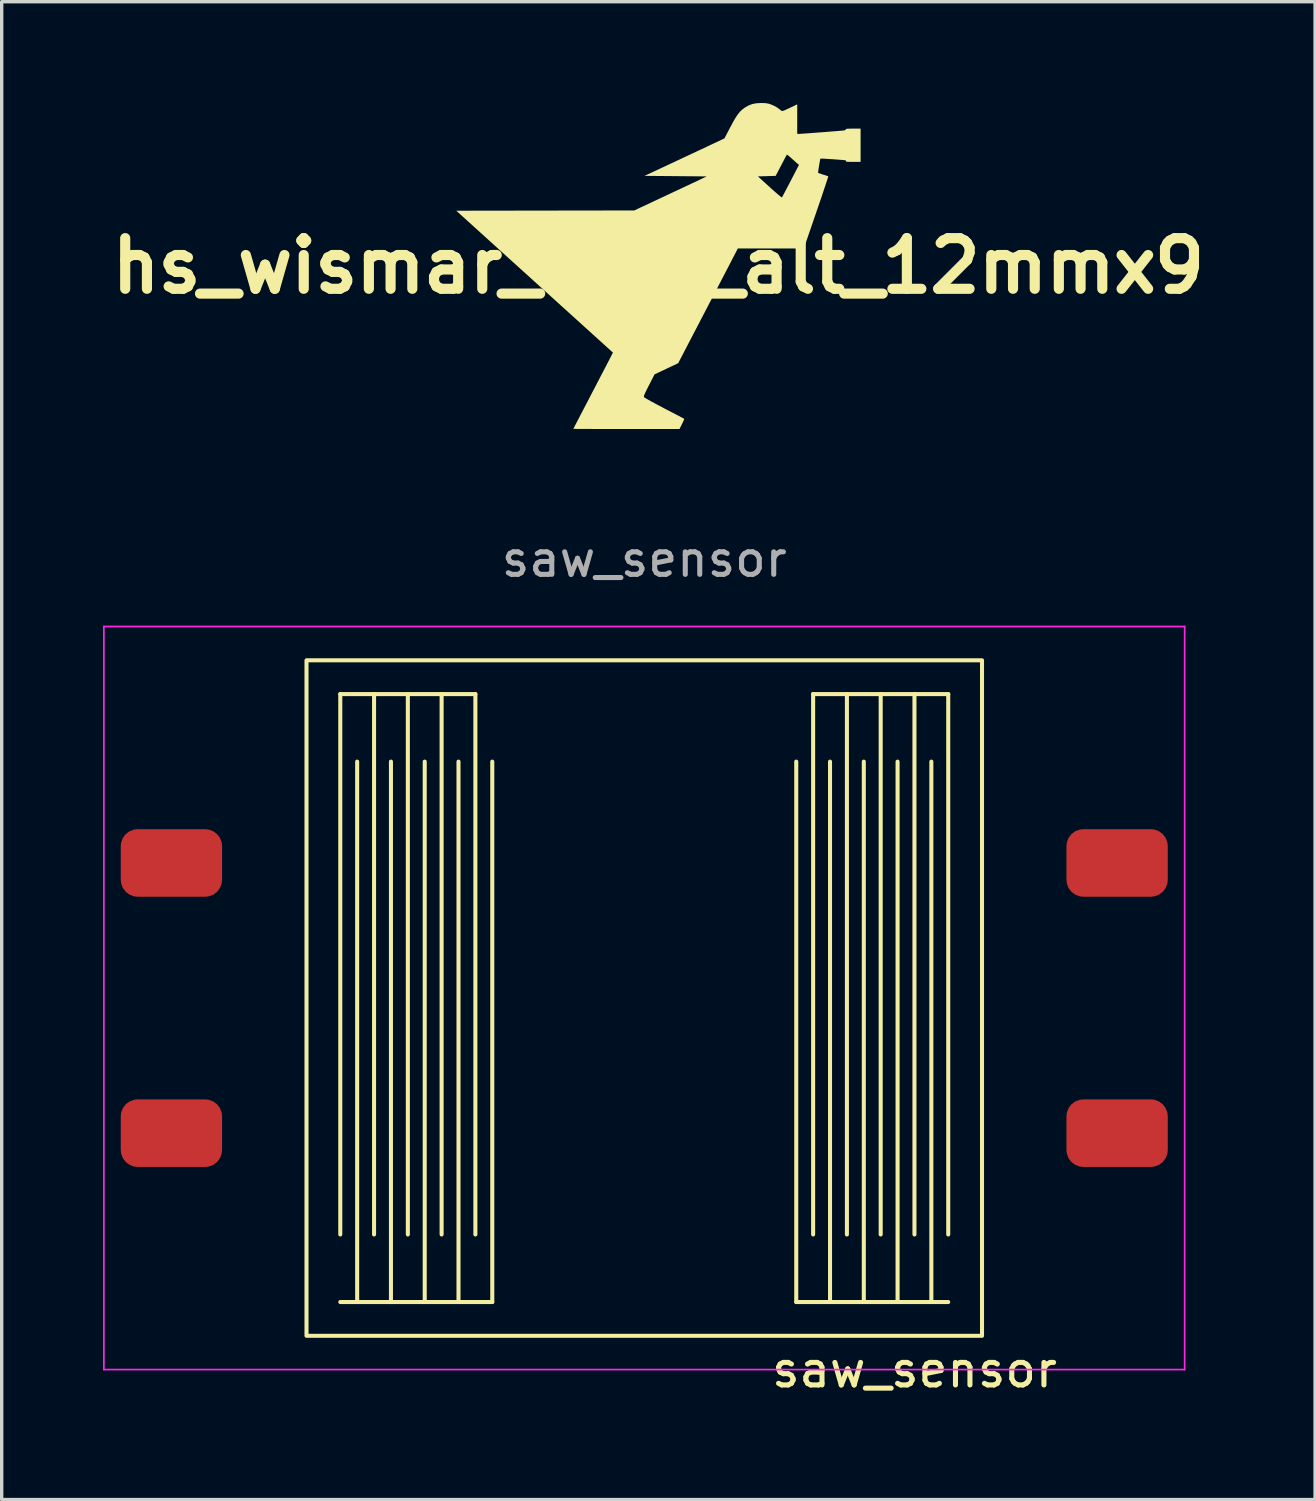
<source format=kicad_pcb>
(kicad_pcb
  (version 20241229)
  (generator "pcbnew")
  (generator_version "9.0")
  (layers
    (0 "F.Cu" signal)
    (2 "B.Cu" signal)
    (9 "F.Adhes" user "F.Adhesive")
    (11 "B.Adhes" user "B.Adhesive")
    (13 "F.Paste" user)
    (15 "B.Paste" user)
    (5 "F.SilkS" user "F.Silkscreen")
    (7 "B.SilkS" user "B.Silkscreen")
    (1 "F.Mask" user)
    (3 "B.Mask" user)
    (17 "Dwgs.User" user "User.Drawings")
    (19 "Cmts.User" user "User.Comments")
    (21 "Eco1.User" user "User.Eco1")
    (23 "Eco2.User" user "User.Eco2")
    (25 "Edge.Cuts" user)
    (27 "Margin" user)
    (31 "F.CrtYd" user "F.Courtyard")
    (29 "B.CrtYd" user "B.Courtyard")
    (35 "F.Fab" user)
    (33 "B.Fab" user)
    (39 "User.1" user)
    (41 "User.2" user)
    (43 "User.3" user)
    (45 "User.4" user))
  (footprint "hs_wismar_logo_alt_12mmx9"
    (layer "F.Cu")
    (at 16.443 4.822)
    (property "Reference" "hs_wismar_logo_alt_12mmx9" (at 0 0 0) (layer "F.SilkS") (effects (font (size 1.5 1.5) (thickness 0.3))))
    (attr board_only exclude_from_pos_files exclude_from_bom)
    (fp_poly (pts (xy 3.129 -4.82) (xy 3.198 -4.815) (xy 3.256 -4.804) (xy 3.314 -4.787) (xy 3.315 -4.786) (xy 3.422 -4.742) (xy 3.522 -4.685) (xy 3.605 -4.623) (xy 3.614 -4.615) (xy 3.631 -4.6) (xy 3.647 -4.59) (xy 3.667 -4.586) (xy 3.694 -4.591) (xy 3.733 -4.605) (xy 3.789 -4.63) (xy 3.866 -4.666) (xy 3.927 -4.695) (xy 4.111 -4.782) (xy 4.111 -4.345) (xy 4.111 -3.908) (xy 4.154 -3.908) (xy 4.182 -3.909) (xy 4.236 -3.912) (xy 4.314 -3.917) (xy 4.409 -3.924) (xy 4.52 -3.932) (xy 4.64 -3.941) (xy 4.767 -3.951) (xy 4.895 -3.96) (xy 5.021 -3.97) (xy 5.141 -3.98) (xy 5.25 -3.988) (xy 5.345 -3.996) (xy 5.421 -4.003) (xy 5.473 -4.007) (xy 5.498 -4.01) (xy 5.535 -4.023) (xy 5.549 -4.041) (xy 5.554 -4.05) (xy 5.571 -4.057) (xy 5.606 -4.061) (xy 5.662 -4.063) (xy 5.743 -4.064) (xy 5.768 -4.064) (xy 5.987 -4.064) (xy 5.987 -3.572) (xy 5.987 -3.079) (xy 5.768 -3.079) (xy 5.679 -3.08) (xy 5.618 -3.081) (xy 5.579 -3.085) (xy 5.557 -3.091) (xy 5.549 -3.099) (xy 5.549 -3.103) (xy 5.547 -3.124) (xy 5.545 -3.127) (xy 5.484 -3.133) (xy 5.406 -3.139) (xy 5.317 -3.146) (xy 5.221 -3.153) (xy 5.124 -3.16) (xy 5.031 -3.166) (xy 4.947 -3.171) (xy 4.877 -3.175) (xy 4.826 -3.176) (xy 4.8 -3.176) (xy 4.797 -3.176) (xy 4.792 -3.158) (xy 4.784 -3.117) (xy 4.773 -3.059) (xy 4.762 -2.991) (xy 4.75 -2.921) (xy 4.74 -2.856) (xy 4.733 -2.802) (xy 4.729 -2.767) (xy 4.728 -2.761) (xy 4.742 -2.751) (xy 4.78 -2.735) (xy 4.835 -2.716) (xy 4.874 -2.703) (xy 4.938 -2.684) (xy 4.989 -2.667) (xy 5.022 -2.655) (xy 5.029 -2.651) (xy 5.026 -2.635) (xy 5.013 -2.592) (xy 4.991 -2.524) (xy 4.962 -2.434) (xy 4.925 -2.323) (xy 4.882 -2.195) (xy 4.834 -2.051) (xy 4.78 -1.895) (xy 4.723 -1.727) (xy 4.672 -1.579) (xy 4.307 -0.516) (xy 3.33 -0.515) (xy 2.352 -0.515) (xy 2.059 0.051) (xy 2.003 0.159) (xy 1.934 0.291) (xy 1.855 0.443) (xy 1.768 0.611) (xy 1.673 0.793) (xy 1.574 0.984) (xy 1.471 1.181) (xy 1.368 1.38) (xy 1.265 1.577) (xy 1.175 1.75) (xy 0.586 2.882) (xy 0.236 3.047) (xy -0.113 3.212) (xy -0.278 3.533) (xy -0.332 3.639) (xy -0.372 3.72) (xy -0.401 3.781) (xy -0.419 3.825) (xy -0.428 3.855) (xy -0.429 3.875) (xy -0.426 3.885) (xy -0.408 3.899) (xy -0.365 3.926) (xy -0.299 3.965) (xy -0.211 4.014) (xy -0.105 4.071) (xy 0.017 4.136) (xy 0.153 4.208) (xy 0.174 4.219) (xy 0.299 4.284) (xy 0.415 4.344) (xy 0.519 4.398) (xy 0.608 4.445) (xy 0.681 4.483) (xy 0.732 4.51) (xy 0.761 4.526) (xy 0.765 4.528) (xy 0.762 4.544) (xy 0.746 4.581) (xy 0.722 4.634) (xy 0.699 4.682) (xy 0.625 4.83) (xy -0.946 4.83) (xy -1.164 4.83) (xy -1.374 4.83) (xy -1.573 4.829) (xy -1.758 4.829) (xy -1.928 4.829) (xy -2.081 4.828) (xy -2.214 4.828) (xy -2.325 4.827) (xy -2.413 4.827) (xy -2.476 4.826) (xy -2.51 4.825) (xy -2.517 4.825) (xy -2.51 4.81) (xy -2.489 4.77) (xy -2.457 4.707) (xy -2.413 4.622) (xy -2.359 4.519) (xy -2.297 4.398) (xy -2.226 4.263) (xy -2.149 4.115) (xy -2.067 3.957) (xy -1.98 3.79) (xy -1.976 3.781) (xy -1.887 3.612) (xy -1.802 3.448) (xy -1.722 3.294) (xy -1.647 3.15) (xy -1.579 3.02) (xy -1.52 2.906) (xy -1.47 2.81) (xy -1.431 2.734) (xy -1.404 2.682) (xy -1.39 2.655) (xy -1.346 2.567) (xy -3.665 0.467) (xy -5.984 -1.633) (xy -3.349 -1.637) (xy -0.715 -1.641) (xy 0.225 -2.081) (xy 0.39 -2.159) (xy 0.549 -2.233) (xy 0.701 -2.305) (xy 0.842 -2.371) (xy 0.969 -2.431) (xy 1.081 -2.483) (xy 1.173 -2.526) (xy 1.243 -2.56) (xy 1.289 -2.581) (xy 1.297 -2.585) (xy 1.43 -2.649) (xy 2.947 -2.649) (xy 3.296 -2.332) (xy 3.384 -2.253) (xy 3.464 -2.182) (xy 3.534 -2.121) (xy 3.591 -2.074) (xy 3.632 -2.041) (xy 3.654 -2.027) (xy 3.657 -2.027) (xy 3.667 -2.043) (xy 3.69 -2.084) (xy 3.723 -2.146) (xy 3.765 -2.227) (xy 3.815 -2.321) (xy 3.87 -2.427) (xy 3.916 -2.515) (xy 4.163 -2.991) (xy 4.123 -3.023) (xy 4.096 -3.047) (xy 4.051 -3.086) (xy 3.997 -3.135) (xy 3.948 -3.179) (xy 3.895 -3.227) (xy 3.85 -3.264) (xy 3.818 -3.288) (xy 3.805 -3.294) (xy 3.795 -3.278) (xy 3.774 -3.239) (xy 3.742 -3.18) (xy 3.703 -3.105) (xy 3.658 -3.019) (xy 3.635 -2.975) (xy 3.473 -2.665) (xy 3.21 -2.657) (xy 2.947 -2.649) (xy 1.43 -2.649) (xy 0.51 -2.657) (xy -0.411 -2.665) (xy 0.072 -2.89) (xy 0.214 -2.956) (xy 0.338 -3.015) (xy 0.451 -3.067) (xy 0.556 -3.117) (xy 0.659 -3.165) (xy 0.762 -3.213) (xy 0.872 -3.265) (xy 0.992 -3.321) (xy 1.127 -3.384) (xy 1.281 -3.457) (xy 1.451 -3.537) (xy 1.956 -3.775) (xy 2.131 -4.108) (xy 2.204 -4.245) (xy 2.268 -4.358) (xy 2.326 -4.449) (xy 2.38 -4.522) (xy 2.433 -4.582) (xy 2.488 -4.633) (xy 2.548 -4.678) (xy 2.568 -4.691) (xy 2.675 -4.752) (xy 2.782 -4.792) (xy 2.898 -4.814) (xy 3.032 -4.822) (xy 3.04 -4.822)) (stroke (width 0) (type solid)) (fill yes) (layer "F.SilkS")))
  (footprint "saw_sensor"
    (layer "F.Cu")
    (at 16.025 26.5)
    (property "Reference" "saw_sensor" (at 8 11 0) (unlocked yes) (layer "F.SilkS") (effects (font (size 1 1) (thickness 0.15))))
    (attr smd)
    (fp_line (start -9 -9) (end -8 -9) (stroke (width 0.12) (type default)) (layer "F.SilkS"))
    (fp_line (start -9 7) (end -9 -9) (stroke (width 0.12) (type default)) (layer "F.SilkS"))
    (fp_line (start -8.5 9) (end -9 9) (stroke (width 0.12) (type default)) (layer "F.SilkS"))
    (fp_line (start -8.5 9) (end -8.5 -7) (stroke (width 0.12) (type default)) (layer "F.SilkS"))
    (fp_line (start -8 -9) (end -8 7) (stroke (width 0.12) (type default)) (layer "F.SilkS"))
    (fp_line (start -8 -9) (end -7 -9) (stroke (width 0.12) (type default)) (layer "F.SilkS"))
    (fp_line (start -7.5 9) (end -8.5 9) (stroke (width 0.12) (type default)) (layer "F.SilkS"))
    (fp_line (start -7.5 9) (end -7.5 -7) (stroke (width 0.12) (type default)) (layer "F.SilkS"))
    (fp_line (start -7 -9) (end -7 7) (stroke (width 0.12) (type default)) (layer "F.SilkS"))
    (fp_line (start -7 -9) (end -6 -9) (stroke (width 0.12) (type default)) (layer "F.SilkS"))
    (fp_line (start -6.5 9) (end -7.5 9) (stroke (width 0.12) (type default)) (layer "F.SilkS"))
    (fp_line (start -6.5 9) (end -6.5 -7) (stroke (width 0.12) (type default)) (layer "F.SilkS"))
    (fp_line (start -6 -9) (end -6 7) (stroke (width 0.12) (type default)) (layer "F.SilkS"))
    (fp_line (start -6 -9) (end -5 -9) (stroke (width 0.12) (type default)) (layer "F.SilkS"))
    (fp_line (start -5.5 9) (end -6.5 9) (stroke (width 0.12) (type default)) (layer "F.SilkS"))
    (fp_line (start -5.5 9) (end -5.5 -7) (stroke (width 0.12) (type default)) (layer "F.SilkS"))
    (fp_line (start -5 -9) (end -5 7) (stroke (width 0.12) (type default)) (layer "F.SilkS"))
    (fp_line (start -4.5 -7) (end -4.5 9) (stroke (width 0.12) (type default)) (layer "F.SilkS"))
    (fp_line (start -4.5 9) (end -5.5 9) (stroke (width 0.12) (type default)) (layer "F.SilkS"))
    (fp_line (start 4.5 -7) (end 4.5 9) (stroke (width 0.12) (type default)) (layer "F.SilkS"))
    (fp_line (start 4.5 9) (end 5.5 9) (stroke (width 0.12) (type default)) (layer "F.SilkS"))
    (fp_line (start 5 -9) (end 5 7) (stroke (width 0.12) (type default)) (layer "F.SilkS"))
    (fp_line (start 5.5 9) (end 5.5 -7) (stroke (width 0.12) (type default)) (layer "F.SilkS"))
    (fp_line (start 5.5 9) (end 6.5 9) (stroke (width 0.12) (type default)) (layer "F.SilkS"))
    (fp_line (start 6 -9) (end 5 -9) (stroke (width 0.12) (type default)) (layer "F.SilkS"))
    (fp_line (start 6 -9) (end 6 7) (stroke (width 0.12) (type default)) (layer "F.SilkS"))
    (fp_line (start 6.5 9) (end 6.5 -7) (stroke (width 0.12) (type default)) (layer "F.SilkS"))
    (fp_line (start 6.5 9) (end 7.5 9) (stroke (width 0.12) (type default)) (layer "F.SilkS"))
    (fp_line (start 7 -9) (end 6 -9) (stroke (width 0.12) (type default)) (layer "F.SilkS"))
    (fp_line (start 7 -9) (end 7 7) (stroke (width 0.12) (type default)) (layer "F.SilkS"))
    (fp_line (start 7.5 9) (end 7.5 -7) (stroke (width 0.12) (type default)) (layer "F.SilkS"))
    (fp_line (start 7.5 9) (end 8.5 9) (stroke (width 0.12) (type default)) (layer "F.SilkS"))
    (fp_line (start 8 -9) (end 7 -9) (stroke (width 0.12) (type default)) (layer "F.SilkS"))
    (fp_line (start 8 -9) (end 8 7) (stroke (width 0.12) (type default)) (layer "F.SilkS"))
    (fp_line (start 8.5 9) (end 8.5 -7) (stroke (width 0.12) (type default)) (layer "F.SilkS"))
    (fp_line (start 8.5 9) (end 9 9) (stroke (width 0.12) (type default)) (layer "F.SilkS"))
    (fp_line (start 9 -9) (end 8 -9) (stroke (width 0.12) (type default)) (layer "F.SilkS"))
    (fp_line (start 9 7) (end 9 -9) (stroke (width 0.12) (type default)) (layer "F.SilkS"))
    (fp_rect (start -10 -10) (end 10 10) (stroke (width 0.12) (type solid)) (fill no) (layer "F.SilkS"))
    (fp_line (start -16 -11) (end -16 11) (stroke (width 0.05) (type solid)) (layer "F.CrtYd"))
    (fp_line (start -16 -11) (end 16 -11) (stroke (width 0.05) (type solid)) (layer "F.CrtYd"))
    (fp_line (start 16 -11) (end 16 11) (stroke (width 0.05) (type solid)) (layer "F.CrtYd"))
    (fp_line (start 16 11) (end -16 11) (stroke (width 0.05) (type solid)) (layer "F.CrtYd"))
    (fp_text user "${REFERENCE}" (at 0 -13 0) (unlocked yes) (layer "F.Fab") (effects (font (size 1 1) (thickness 0.15))))
    (pad "1" smd roundrect (at -14 -4) (size 3 2) (layers "F.Cu" "F.Mask" "F.Paste") (roundrect_rratio 0.25))
    (pad "2" smd roundrect (at -14 4) (size 3 2) (layers "F.Cu" "F.Mask" "F.Paste") (roundrect_rratio 0.25))
    (pad "3" smd roundrect (at 14 -4) (size 3 2) (layers "F.Cu" "F.Mask" "F.Paste") (roundrect_rratio 0.25))
    (pad "4" smd roundrect (at 14 4) (size 3 2) (layers "F.Cu" "F.Mask" "F.Paste") (roundrect_rratio 0.25)))
  (gr_rect
    (start -3 -3)
    (end 35.886 41.348)
    (stroke (width 0.1) (type default))
    (fill no)
    (layer "Edge.Cuts")))
</source>
